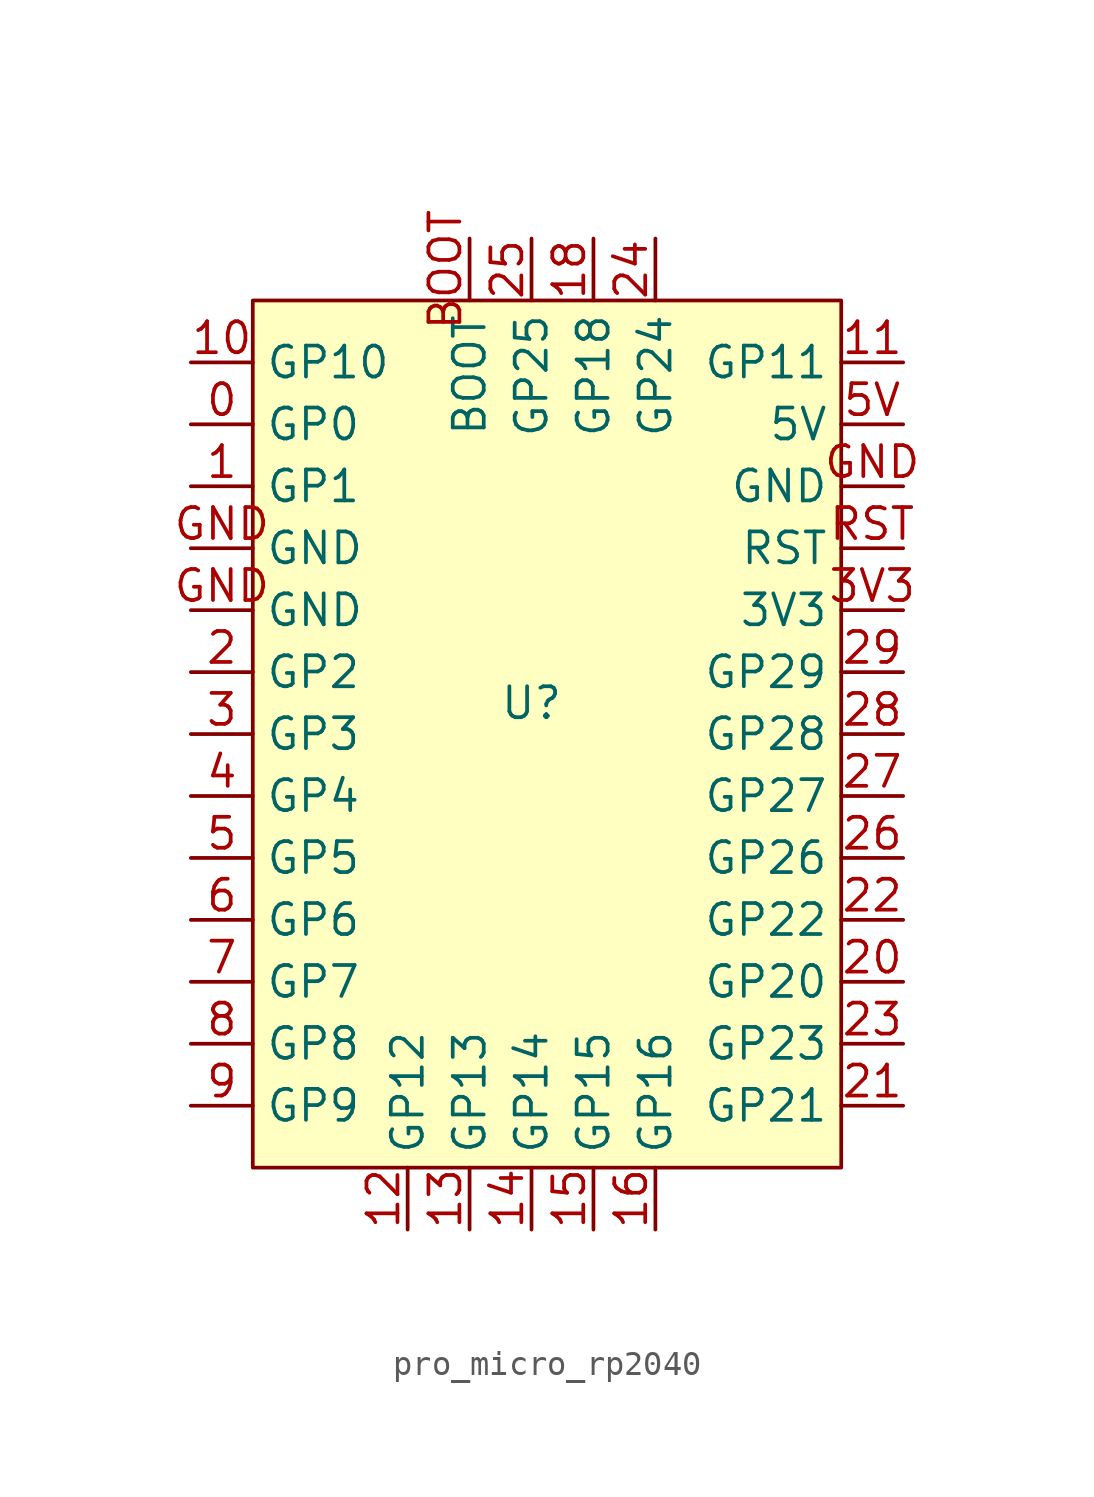
<source format=kicad_sym>
(kicad_symbol_lib
  (version 20241209)
  (generator "kicad_symbol_editor")
  (generator_version "9.0")
  (symbol "pro_micro_rp2040"
    (property "Reference" "U"
      (at 0 1.27 0)
      (effects (font (size 1.27 1.27))))
    (property "Value" ""
      (at 11.43 21.59 0)
      (effects (font (size 1.27 1.27))))
    (symbol "pro_micro_rp2040_1_1"
      (rectangle (start -11.43 17.78) (end 12.7 -17.78) (stroke (width 0) (type default)) (fill (type background)))
      (pin bidirectional line (at -13.97 15.24 0) (length 2.54) (name "GP10" (effects (font (size 1.27 1.27)))) (number "10" (effects (font (size 1.27 1.27)))))
      (pin bidirectional line (at -13.97 12.7 0) (length 2.54) (name "GP0" (effects (font (size 1.27 1.27)))) (number "0" (effects (font (size 1.27 1.27)))))
      (pin bidirectional line (at -13.97 10.16 0) (length 2.54) (name "GP1" (effects (font (size 1.27 1.27)))) (number "1" (effects (font (size 1.27 1.27)))))
      (pin power_in line (at -13.97 7.62 0) (length 2.54) (name "GND" (effects (font (size 1.27 1.27)))) (number "GND" (effects (font (size 1.27 1.27)))))
      (pin power_in line (at -13.97 5.08 0) (length 2.54) (name "GND" (effects (font (size 1.27 1.27)))) (number "GND" (effects (font (size 1.27 1.27)))))
      (pin bidirectional line (at -13.97 2.54 0) (length 2.54) (name "GP2" (effects (font (size 1.27 1.27)))) (number "2" (effects (font (size 1.27 1.27)))))
      (pin bidirectional line (at -13.97 0 0) (length 2.54) (name "GP3" (effects (font (size 1.27 1.27)))) (number "3" (effects (font (size 1.27 1.27)))))
      (pin bidirectional line (at -13.97 -2.54 0) (length 2.54) (name "GP4" (effects (font (size 1.27 1.27)))) (number "4" (effects (font (size 1.27 1.27)))))
      (pin bidirectional line (at -13.97 -5.08 0) (length 2.54) (name "GP5" (effects (font (size 1.27 1.27)))) (number "5" (effects (font (size 1.27 1.27)))))
      (pin bidirectional line (at -13.97 -7.62 0) (length 2.54) (name "GP6" (effects (font (size 1.27 1.27)))) (number "6" (effects (font (size 1.27 1.27)))))
      (pin bidirectional line (at -13.97 -10.16 0) (length 2.54) (name "GP7" (effects (font (size 1.27 1.27)))) (number "7" (effects (font (size 1.27 1.27)))))
      (pin bidirectional line (at -13.97 -12.7 0) (length 2.54) (name "GP8" (effects (font (size 1.27 1.27)))) (number "8" (effects (font (size 1.27 1.27)))))
      (pin bidirectional line (at -13.97 -15.24 0) (length 2.54) (name "GP9" (effects (font (size 1.27 1.27)))) (number "9" (effects (font (size 1.27 1.27)))))
      (pin bidirectional line (at -5.08 -20.32 90) (length 2.54) (name "GP12" (effects (font (size 1.27 1.27)))) (number "12" (effects (font (size 1.27 1.27)))))
      (pin unspecified line (at -2.54 20.32 270) (length 2.54) (name "BOOT" (effects (font (size 1.27 1.27)))) (number "BOOT" (effects (font (size 1.27 1.27)))))
      (pin bidirectional line (at -2.54 -20.32 90) (length 2.54) (name "GP13" (effects (font (size 1.27 1.27)))) (number "13" (effects (font (size 1.27 1.27)))))
      (pin unspecified line (at 0 20.32 270) (length 2.54) (name "GP25" (effects (font (size 1.27 1.27)))) (number "25" (effects (font (size 1.27 1.27)))))
      (pin bidirectional line (at 0 -20.32 90) (length 2.54) (name "GP14" (effects (font (size 1.27 1.27)))) (number "14" (effects (font (size 1.27 1.27)))))
      (pin unspecified line (at 2.54 20.32 270) (length 2.54) (name "GP18" (effects (font (size 1.27 1.27)))) (number "18" (effects (font (size 1.27 1.27)))))
      (pin bidirectional line (at 2.54 -20.32 90) (length 2.54) (name "GP15" (effects (font (size 1.27 1.27)))) (number "15" (effects (font (size 1.27 1.27)))))
      (pin unspecified line (at 5.08 20.32 270) (length 2.54) (name "GP24" (effects (font (size 1.27 1.27)))) (number "24" (effects (font (size 1.27 1.27)))))
      (pin bidirectional line (at 5.08 -20.32 90) (length 2.54) (name "GP16" (effects (font (size 1.27 1.27)))) (number "16" (effects (font (size 1.27 1.27)))))
      (pin bidirectional line (at 15.24 15.24 180) (length 2.54) (name "GP11" (effects (font (size 1.27 1.27)))) (number "11" (effects (font (size 1.27 1.27)))))
      (pin power_in line (at 15.24 12.7 180) (length 2.54) (name "5V" (effects (font (size 1.27 1.27)))) (number "5V" (effects (font (size 1.27 1.27)))))
      (pin power_in line (at 15.24 10.16 180) (length 2.54) (name "GND" (effects (font (size 1.27 1.27)))) (number "GND" (effects (font (size 1.27 1.27)))))
      (pin unspecified line (at 15.24 7.62 180) (length 2.54) (name "RST" (effects (font (size 1.27 1.27)))) (number "RST" (effects (font (size 1.27 1.27)))))
      (pin unspecified line (at 15.24 5.08 180) (length 2.54) (name "3V3" (effects (font (size 1.27 1.27)))) (number "3V3" (effects (font (size 1.27 1.27)))))
      (pin bidirectional line (at 15.24 2.54 180) (length 2.54) (name "GP29" (effects (font (size 1.27 1.27)))) (number "29" (effects (font (size 1.27 1.27)))))
      (pin bidirectional line (at 15.24 0 180) (length 2.54) (name "GP28" (effects (font (size 1.27 1.27)))) (number "28" (effects (font (size 1.27 1.27)))))
      (pin bidirectional line (at 15.24 -2.54 180) (length 2.54) (name "GP27" (effects (font (size 1.27 1.27)))) (number "27" (effects (font (size 1.27 1.27)))))
      (pin bidirectional line (at 15.24 -5.08 180) (length 2.54) (name "GP26" (effects (font (size 1.27 1.27)))) (number "26" (effects (font (size 1.27 1.27)))))
      (pin bidirectional line (at 15.24 -7.62 180) (length 2.54) (name "GP22" (effects (font (size 1.27 1.27)))) (number "22" (effects (font (size 1.27 1.27)))))
      (pin bidirectional line (at 15.24 -10.16 180) (length 2.54) (name "GP20" (effects (font (size 1.27 1.27)))) (number "20" (effects (font (size 1.27 1.27)))))
      (pin bidirectional line (at 15.24 -12.7 180) (length 2.54) (name "GP23" (effects (font (size 1.27 1.27)))) (number "23" (effects (font (size 1.27 1.27)))))
      (pin bidirectional line (at 15.24 -15.24 180) (length 2.54) (name "GP21" (effects (font (size 1.27 1.27)))) (number "21" (effects (font (size 1.27 1.27))))))))
</source>
